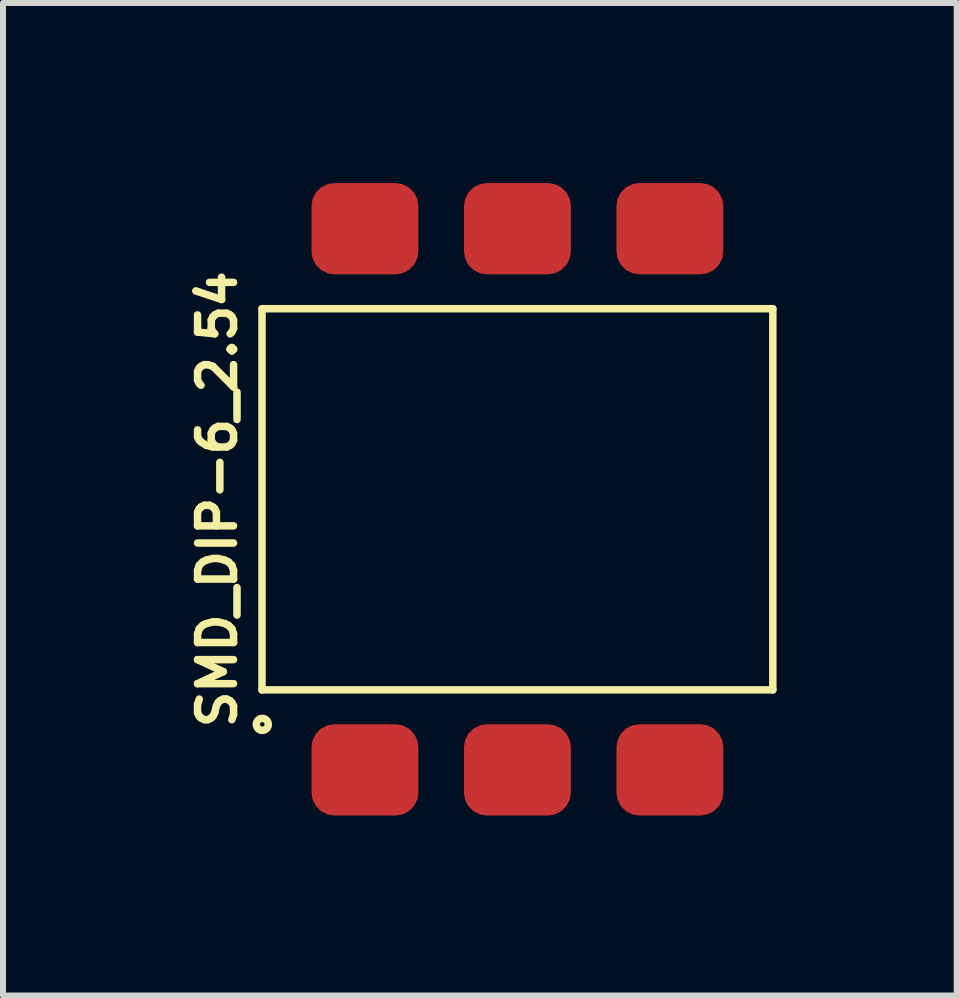
<source format=kicad_pcb>
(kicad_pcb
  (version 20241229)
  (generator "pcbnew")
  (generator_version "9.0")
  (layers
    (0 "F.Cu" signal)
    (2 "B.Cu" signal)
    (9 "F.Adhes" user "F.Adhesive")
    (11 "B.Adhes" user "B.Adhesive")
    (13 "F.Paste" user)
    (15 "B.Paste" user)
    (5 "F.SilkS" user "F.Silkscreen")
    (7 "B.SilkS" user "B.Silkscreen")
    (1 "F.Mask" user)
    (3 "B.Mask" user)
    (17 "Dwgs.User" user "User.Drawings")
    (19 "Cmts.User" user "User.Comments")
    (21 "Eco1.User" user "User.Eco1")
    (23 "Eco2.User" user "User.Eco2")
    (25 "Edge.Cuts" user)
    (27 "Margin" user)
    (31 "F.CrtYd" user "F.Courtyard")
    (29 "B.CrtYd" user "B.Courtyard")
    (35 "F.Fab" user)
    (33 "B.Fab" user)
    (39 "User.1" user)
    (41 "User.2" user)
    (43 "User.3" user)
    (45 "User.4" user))
  (footprint "SMD_DIP-6_2.54"
    (layer "F.Cu")
    (at 5.57 5.268)
    (property "Reference" "SMD_DIP-6_2.54" (at -5 0 90) (layer "F.SilkS") (effects (font (size 0.6 0.6) (thickness 0.125))))
    (attr smd)
    (fp_line (start -4.255 -3.175) (end 4.255 -3.175) (stroke (width 0.125) (type solid)) (layer "F.SilkS"))
    (fp_line (start -4.255 3.175) (end -4.255 -3.175) (stroke (width 0.125) (type solid)) (layer "F.SilkS"))
    (fp_line (start 4.255 -3.175) (end 4.255 3.175) (stroke (width 0.125) (type solid)) (layer "F.SilkS"))
    (fp_line (start 4.255 3.175) (end -4.255 3.175) (stroke (width 0.125) (type solid)) (layer "F.SilkS"))
    (fp_circle (center -4.25 3.75) (end -4.15 3.75) (stroke (width 0.125) (type solid)) (fill no) (layer "F.SilkS"))
    (pad "1" smd roundrect (at -2.54 4.508) (size 1.78 1.52) (layers "F.Cu" "F.Mask" "F.Paste") (roundrect_rratio 0.25))
    (pad "2" smd roundrect (at 0 4.508) (size 1.78 1.52) (layers "F.Cu" "F.Mask" "F.Paste") (roundrect_rratio 0.25))
    (pad "3" smd roundrect (at 2.54 4.508) (size 1.78 1.52) (layers "F.Cu" "F.Mask" "F.Paste") (roundrect_rratio 0.25))
    (pad "4" smd roundrect (at 2.54 -4.508) (size 1.78 1.52) (layers "F.Cu" "F.Mask" "F.Paste") (roundrect_rratio 0.25))
    (pad "5" smd roundrect (at 0 -4.508) (size 1.78 1.52) (layers "F.Cu" "F.Mask" "F.Paste") (roundrect_rratio 0.25))
    (pad "6" smd roundrect (at -2.54 -4.508) (size 1.78 1.52) (layers "F.Cu" "F.Mask" "F.Paste") (roundrect_rratio 0.25)))
  (gr_rect
    (start -3 -3)
    (end 12.888 13.535)
    (stroke (width 0.1) (type default))
    (fill no)
    (layer "Edge.Cuts")))
</source>
